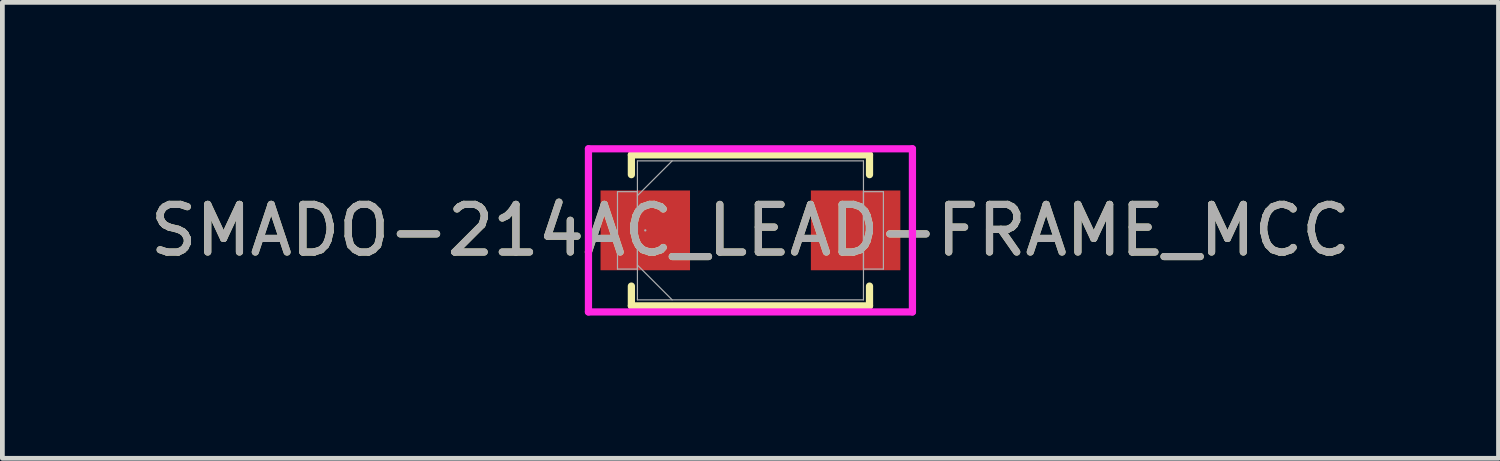
<source format=kicad_pcb>
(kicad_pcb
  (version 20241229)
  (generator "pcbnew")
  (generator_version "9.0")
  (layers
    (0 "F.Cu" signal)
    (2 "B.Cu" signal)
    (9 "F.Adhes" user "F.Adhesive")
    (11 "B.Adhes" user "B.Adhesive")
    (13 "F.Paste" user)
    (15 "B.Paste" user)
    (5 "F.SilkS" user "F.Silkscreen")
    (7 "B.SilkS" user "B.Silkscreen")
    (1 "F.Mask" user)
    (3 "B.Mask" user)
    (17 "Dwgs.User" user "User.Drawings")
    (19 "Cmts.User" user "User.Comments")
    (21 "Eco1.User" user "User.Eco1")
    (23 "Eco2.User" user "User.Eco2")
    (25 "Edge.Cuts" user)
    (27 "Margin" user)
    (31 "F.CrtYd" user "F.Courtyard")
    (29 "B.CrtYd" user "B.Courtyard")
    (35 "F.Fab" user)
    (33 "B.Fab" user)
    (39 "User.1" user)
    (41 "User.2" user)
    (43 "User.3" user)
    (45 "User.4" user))
  (footprint "SMADO-214AC_LEAD-FRAME_MCC"
    (layer "F.Cu")
    (at 12.72 1.791)
    (property "Reference" "SMADO-214AC_LEAD-FRAME_MCC" (at 0 0 0) (unlocked yes) (layer "F.SilkS") (effects (font (size 1 1) (thickness 0.15))))
    (attr smd)
    (fp_line (start -2.502 -1.587) (end -2.502 -1.171) (stroke (width 0.152) (type solid)) (layer "F.SilkS"))
    (fp_line (start -2.502 1.171) (end -2.502 1.587) (stroke (width 0.152) (type solid)) (layer "F.SilkS"))
    (fp_line (start -2.502 1.587) (end 2.502 1.587) (stroke (width 0.152) (type solid)) (layer "F.SilkS"))
    (fp_line (start 2.502 -1.587) (end -2.502 -1.587) (stroke (width 0.152) (type solid)) (layer "F.SilkS"))
    (fp_line (start 2.502 -1.171) (end 2.502 -1.587) (stroke (width 0.152) (type solid)) (layer "F.SilkS"))
    (fp_line (start 2.502 1.587) (end 2.502 1.171) (stroke (width 0.152) (type solid)) (layer "F.SilkS"))
    (fp_line (start -3.404 -1.714) (end 3.404 -1.714) (stroke (width 0.152) (type solid)) (layer "F.CrtYd"))
    (fp_line (start -3.404 1.714) (end -3.404 -1.714) (stroke (width 0.152) (type solid)) (layer "F.CrtYd"))
    (fp_line (start 3.404 -1.714) (end 3.404 1.714) (stroke (width 0.152) (type solid)) (layer "F.CrtYd"))
    (fp_line (start 3.404 1.714) (end -3.404 1.714) (stroke (width 0.152) (type solid)) (layer "F.CrtYd"))
    (fp_line (start -2.794 -0.813) (end -2.794 0.813) (stroke (width 0.025) (type solid)) (layer "F.Fab"))
    (fp_line (start -2.794 0.813) (end -2.375 0.813) (stroke (width 0.025) (type solid)) (layer "F.Fab"))
    (fp_line (start -2.375 -1.46) (end -2.375 1.46) (stroke (width 0.025) (type solid)) (layer "F.Fab"))
    (fp_line (start -2.375 -0.813) (end -2.794 -0.813) (stroke (width 0.025) (type solid)) (layer "F.Fab"))
    (fp_line (start -2.375 -0.73) (end -1.645 -1.46) (stroke (width 0.025) (type solid)) (layer "F.Fab"))
    (fp_line (start -2.375 0.73) (end -1.645 1.46) (stroke (width 0.025) (type solid)) (layer "F.Fab"))
    (fp_line (start -2.375 0.813) (end -2.375 -0.813) (stroke (width 0.025) (type solid)) (layer "F.Fab"))
    (fp_line (start -2.375 1.46) (end 2.375 1.46) (stroke (width 0.025) (type solid)) (layer "F.Fab"))
    (fp_line (start 2.375 -1.46) (end -2.375 -1.46) (stroke (width 0.025) (type solid)) (layer "F.Fab"))
    (fp_line (start 2.375 -0.813) (end 2.375 0.813) (stroke (width 0.025) (type solid)) (layer "F.Fab"))
    (fp_line (start 2.375 0.813) (end 2.794 0.813) (stroke (width 0.025) (type solid)) (layer "F.Fab"))
    (fp_line (start 2.375 1.46) (end 2.375 -1.46) (stroke (width 0.025) (type solid)) (layer "F.Fab"))
    (fp_line (start 2.794 -0.813) (end 2.375 -0.813) (stroke (width 0.025) (type solid)) (layer "F.Fab"))
    (fp_line (start 2.794 0.813) (end 2.794 -0.813) (stroke (width 0.025) (type solid)) (layer "F.Fab"))
    (fp_circle (center -2.21 0) (end -2.21 0) (stroke (width 0.025) (type solid)) (fill no) (layer "F.Fab"))
    (fp_text user "${REFERENCE}" (at 0 0 0) (unlocked yes) (layer "F.Fab") (effects (font (size 1 1) (thickness 0.15))))
    (pad "1" smd rect (at -2.21 0) (size 1.88 1.676) (layers "F.Cu" "F.Mask" "F.Paste"))
    (pad "2" smd rect (at 2.21 0) (size 1.88 1.676) (layers "F.Cu" "F.Mask" "F.Paste"))
    (zone (net_name "") (layer "F.Cu") (hatch full 0.508) (connect_pads) (min_thickness 0.254) (filled_areas_thickness no) (keepout (tracks not_allowed) (vias not_allowed) (pads allowed) (copperpour not_allowed) (footprints allowed)) (placement (enabled no)) (fill) (polygon (pts (xy 11.501 0.381) (xy 13.939 0.381) (xy 13.939 3.2) (xy 11.501 3.2)))))
  (gr_rect
    (start -3 -3)
    (end 28.44 6.581)
    (stroke (width 0.1) (type default))
    (fill no)
    (layer "Edge.Cuts")))
</source>
